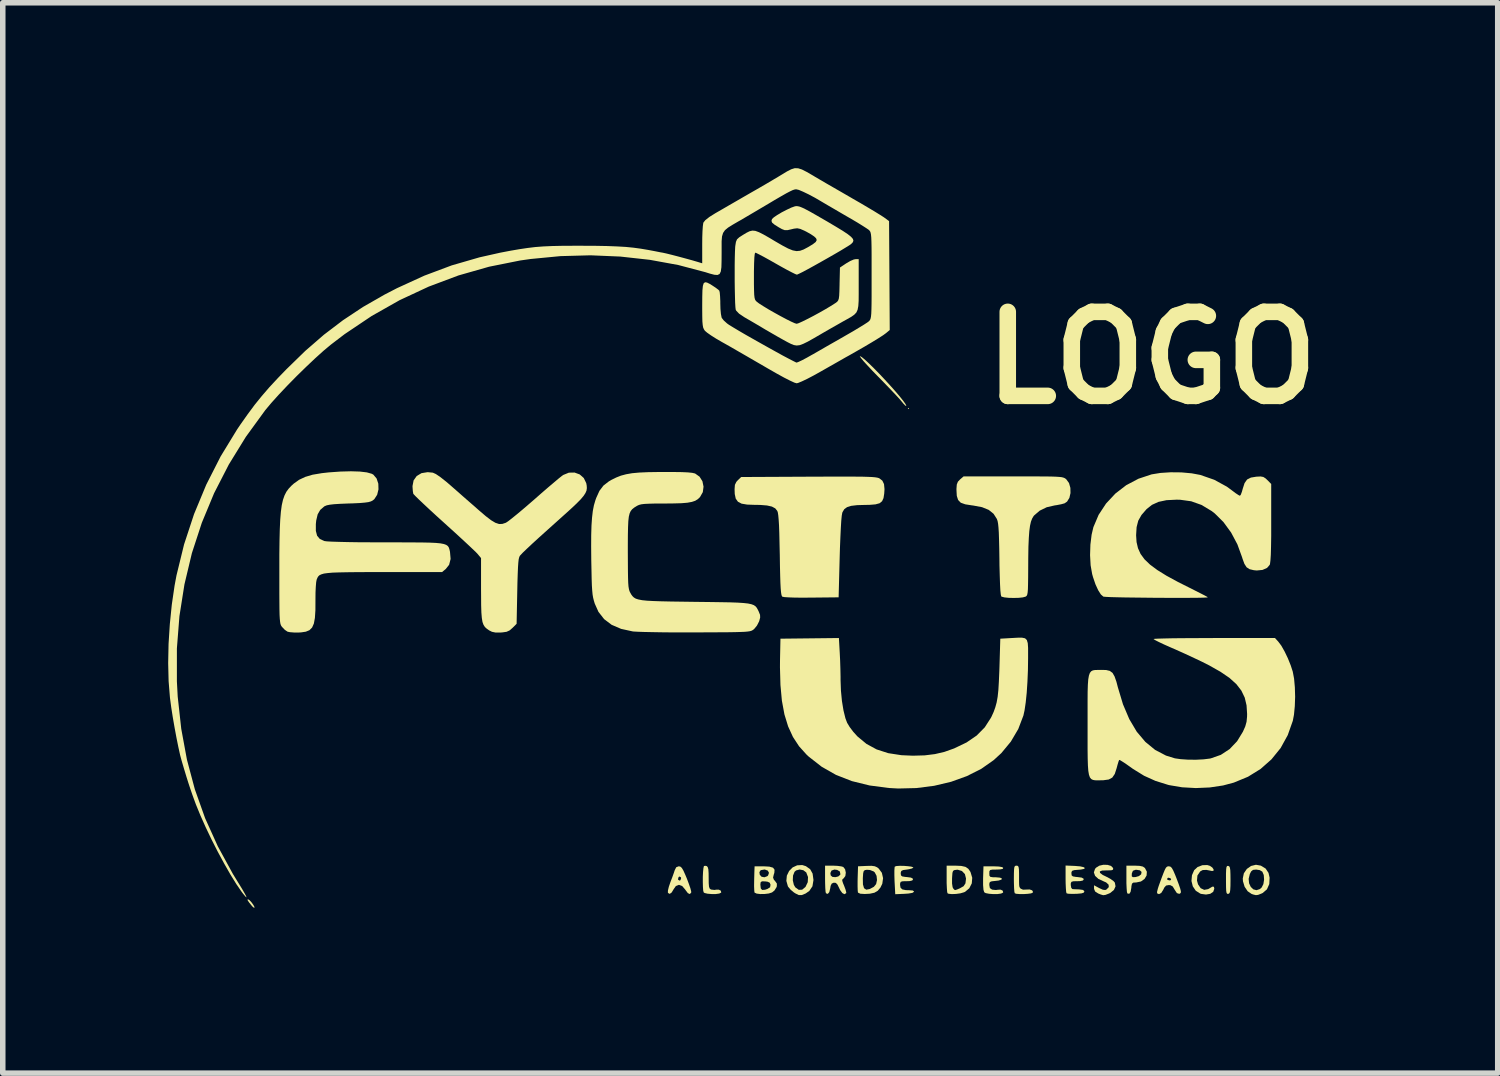
<source format=kicad_pcb>
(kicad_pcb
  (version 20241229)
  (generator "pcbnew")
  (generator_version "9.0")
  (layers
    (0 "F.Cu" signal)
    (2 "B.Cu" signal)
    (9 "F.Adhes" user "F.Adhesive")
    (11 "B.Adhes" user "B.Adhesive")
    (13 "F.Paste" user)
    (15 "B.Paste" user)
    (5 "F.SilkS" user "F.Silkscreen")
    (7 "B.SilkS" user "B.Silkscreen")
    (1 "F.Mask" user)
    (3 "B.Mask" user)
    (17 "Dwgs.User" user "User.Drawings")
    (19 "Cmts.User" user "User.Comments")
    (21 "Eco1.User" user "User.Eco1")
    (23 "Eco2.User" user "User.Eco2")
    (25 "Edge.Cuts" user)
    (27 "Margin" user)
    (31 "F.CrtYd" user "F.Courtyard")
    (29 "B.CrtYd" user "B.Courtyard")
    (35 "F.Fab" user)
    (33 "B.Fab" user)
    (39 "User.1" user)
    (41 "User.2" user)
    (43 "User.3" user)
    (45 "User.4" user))
  (footprint "LOGO"
    (layer "F.Cu")
    (at 11.397 6.692)
    (property "Reference" "LOGO" (at 6.442 -3.252 0) (layer "F.SilkS") (effects (font (size 1.524 1.524) (thickness 0.3))))
    (attr board_only exclude_from_pos_files exclude_from_bom)
    (fp_poly (pts (xy 2.04 -2.334) (xy 2.029 -2.322) (xy 2.017 -2.334) (xy 2.029 -2.345)) (stroke (width 0) (type solid)) (fill yes) (layer "F.SilkS"))
    (fp_poly (pts (xy -9.922 6.583) (xy -9.886 6.622) (xy -9.852 6.669) (xy -9.832 6.707) (xy -9.832 6.721) (xy -9.853 6.714) (xy -9.877 6.69) (xy -9.931 6.623) (xy -9.956 6.585) (xy -9.956 6.569) (xy -9.949 6.567)) (stroke (width 0) (type solid)) (fill yes) (layer "F.SilkS"))
    (fp_poly (pts (xy 7.828 5.962) (xy 7.846 5.97) (xy 7.858 5.994) (xy 7.865 6.04) (xy 7.868 6.118) (xy 7.869 6.215) (xy 7.868 6.326) (xy 7.864 6.399) (xy 7.857 6.441) (xy 7.844 6.462) (xy 7.828 6.469) (xy 7.81 6.468) (xy 7.798 6.453) (xy 7.791 6.415) (xy 7.788 6.348) (xy 7.787 6.243) (xy 7.787 6.215) (xy 7.787 6.101) (xy 7.79 6.026) (xy 7.796 5.983) (xy 7.807 5.964) (xy 7.823 5.961)) (stroke (width 0) (type solid)) (fill yes) (layer "F.SilkS"))
    (fp_poly (pts (xy 1.18 -3.267) (xy 1.236 -3.222) (xy 1.31 -3.153) (xy 1.398 -3.067) (xy 1.495 -2.968) (xy 1.596 -2.861) (xy 1.695 -2.753) (xy 1.787 -2.65) (xy 1.868 -2.555) (xy 1.932 -2.475) (xy 1.974 -2.416) (xy 1.989 -2.383) (xy 1.988 -2.378) (xy 1.968 -2.389) (xy 1.932 -2.427) (xy 1.911 -2.453) (xy 1.876 -2.495) (xy 1.813 -2.564) (xy 1.729 -2.653) (xy 1.629 -2.757) (xy 1.52 -2.87) (xy 1.479 -2.911) (xy 1.375 -3.018) (xy 1.286 -3.113) (xy 1.215 -3.191) (xy 1.168 -3.248) (xy 1.147 -3.279) (xy 1.148 -3.284)) (stroke (width 0) (type solid)) (fill yes) (layer "F.SilkS"))
    (fp_poly (pts (xy -1.631 5.965) (xy -1.613 5.982) (xy -1.601 6.022) (xy -1.596 6.092) (xy -1.595 6.178) (xy -1.594 6.275) (xy -1.589 6.336) (xy -1.578 6.37) (xy -1.56 6.386) (xy -1.548 6.391) (xy -1.489 6.398) (xy -1.46 6.393) (xy -1.412 6.392) (xy -1.376 6.41) (xy -1.367 6.44) (xy -1.37 6.447) (xy -1.403 6.463) (xy -1.466 6.472) (xy -1.542 6.472) (xy -1.615 6.466) (xy -1.669 6.453) (xy -1.685 6.442) (xy -1.694 6.409) (xy -1.699 6.342) (xy -1.701 6.254) (xy -1.701 6.16) (xy -1.697 6.072) (xy -1.69 6.003) (xy -1.681 5.965) (xy -1.679 5.963) (xy -1.65 5.96)) (stroke (width 0) (type solid)) (fill yes) (layer "F.SilkS"))
    (fp_poly (pts (xy 7.496 5.961) (xy 7.539 5.991) (xy 7.562 6.025) (xy 7.561 6.05) (xy 7.532 6.054) (xy 7.529 6.053) (xy 7.431 6.034) (xy 7.364 6.037) (xy 7.319 6.062) (xy 7.269 6.136) (xy 7.261 6.227) (xy 7.28 6.296) (xy 7.328 6.366) (xy 7.392 6.396) (xy 7.463 6.383) (xy 7.486 6.37) (xy 7.54 6.338) (xy 7.568 6.34) (xy 7.575 6.376) (xy 7.555 6.432) (xy 7.501 6.468) (xy 7.424 6.481) (xy 7.335 6.469) (xy 7.319 6.463) (xy 7.239 6.412) (xy 7.185 6.332) (xy 7.161 6.235) (xy 7.17 6.131) (xy 7.21 6.039) (xy 7.272 5.982) (xy 7.358 5.949) (xy 7.448 5.946)) (stroke (width 0) (type solid)) (fill yes) (layer "F.SilkS"))
    (fp_poly (pts (xy 4.011 5.961) (xy 4.025 5.98) (xy 4.032 6.024) (xy 4.034 6.101) (xy 4.034 6.133) (xy 4.034 6.232) (xy 4.035 6.294) (xy 4.038 6.33) (xy 4.045 6.351) (xy 4.057 6.367) (xy 4.063 6.374) (xy 4.106 6.393) (xy 4.16 6.391) (xy 4.226 6.389) (xy 4.272 6.405) (xy 4.287 6.433) (xy 4.282 6.447) (xy 4.252 6.46) (xy 4.192 6.468) (xy 4.116 6.473) (xy 4.04 6.472) (xy 3.981 6.467) (xy 3.956 6.457) (xy 3.949 6.429) (xy 3.944 6.364) (xy 3.941 6.273) (xy 3.94 6.2) (xy 3.941 6.091) (xy 3.944 6.02) (xy 3.95 5.98) (xy 3.963 5.962) (xy 3.982 5.957) (xy 3.987 5.957)) (stroke (width 0) (type solid)) (fill yes) (layer "F.SilkS"))
    (fp_poly (pts (xy 8.419 5.957) (xy 8.506 6.01) (xy 8.558 6.088) (xy 8.578 6.175) (xy 8.572 6.291) (xy 8.53 6.386) (xy 8.454 6.452) (xy 8.431 6.463) (xy 8.37 6.487) (xy 8.329 6.492) (xy 8.283 6.481) (xy 8.251 6.47) (xy 8.18 6.421) (xy 8.125 6.34) (xy 8.095 6.241) (xy 8.092 6.197) (xy 8.198 6.197) (xy 8.206 6.278) (xy 8.237 6.343) (xy 8.283 6.387) (xy 8.34 6.402) (xy 8.401 6.382) (xy 8.434 6.353) (xy 8.465 6.292) (xy 8.478 6.21) (xy 8.472 6.127) (xy 8.446 6.066) (xy 8.399 6.038) (xy 8.334 6.028) (xy 8.277 6.034) (xy 8.243 6.062) (xy 8.219 6.11) (xy 8.198 6.197) (xy 8.092 6.197) (xy 8.091 6.193) (xy 8.111 6.096) (xy 8.165 6.017) (xy 8.241 5.963) (xy 8.33 5.941)) (stroke (width 0) (type solid)) (fill yes) (layer "F.SilkS"))
    (fp_poly (pts (xy 0.169 5.967) (xy 0.246 6.022) (xy 0.29 6.101) (xy 0.305 6.212) (xy 0.305 6.223) (xy 0.287 6.332) (xy 0.231 6.415) (xy 0.164 6.462) (xy 0.096 6.49) (xy 0.041 6.491) (xy -0.021 6.461) (xy -0.049 6.443) (xy -0.108 6.394) (xy -0.153 6.34) (xy -0.158 6.332) (xy -0.186 6.233) (xy -0.185 6.223) (xy -0.069 6.223) (xy -0.05 6.305) (xy -0.023 6.351) (xy 0.04 6.396) (xy 0.101 6.393) (xy 0.161 6.343) (xy 0.162 6.341) (xy 0.202 6.257) (xy 0.207 6.164) (xy 0.175 6.08) (xy 0.175 6.08) (xy 0.122 6.04) (xy 0.054 6.027) (xy -0.01 6.044) (xy -0.038 6.069) (xy -0.065 6.137) (xy -0.069 6.223) (xy -0.185 6.223) (xy -0.177 6.138) (xy -0.136 6.054) (xy -0.072 5.989) (xy 0.01 5.951) (xy 0.103 5.946)) (stroke (width 0) (type solid)) (fill yes) (layer "F.SilkS"))
    (fp_poly (pts (xy 6.222 5.961) (xy 6.28 5.974) (xy 6.316 5.999) (xy 6.317 6) (xy 6.352 6.067) (xy 6.347 6.136) (xy 6.31 6.198) (xy 6.245 6.244) (xy 6.159 6.262) (xy 6.155 6.262) (xy 6.105 6.265) (xy 6.082 6.284) (xy 6.072 6.331) (xy 6.07 6.36) (xy 6.057 6.432) (xy 6.033 6.468) (xy 6.001 6.462) (xy 5.997 6.458) (xy 5.99 6.429) (xy 5.985 6.364) (xy 5.981 6.273) (xy 5.981 6.2) (xy 5.981 6.15) (xy 6.078 6.15) (xy 6.098 6.166) (xy 6.147 6.164) (xy 6.207 6.147) (xy 6.248 6.115) (xy 6.248 6.115) (xy 6.256 6.071) (xy 6.225 6.042) (xy 6.163 6.032) (xy 6.145 6.033) (xy 6.099 6.05) (xy 6.08 6.097) (xy 6.079 6.105) (xy 6.078 6.15) (xy 5.981 6.15) (xy 5.981 5.957) (xy 6.129 5.957)) (stroke (width 0) (type solid)) (fill yes) (layer "F.SilkS"))
    (fp_poly (pts (xy -2.108 5.975) (xy -2.083 5.997) (xy -2.055 6.043) (xy -2.02 6.12) (xy -1.99 6.192) (xy -1.954 6.288) (xy -1.926 6.369) (xy -1.912 6.425) (xy -1.911 6.444) (xy -1.936 6.472) (xy -1.972 6.456) (xy -2.016 6.398) (xy -2.02 6.391) (xy -2.075 6.327) (xy -2.134 6.305) (xy -2.189 6.326) (xy -2.23 6.384) (xy -2.266 6.444) (xy -2.301 6.469) (xy -2.329 6.454) (xy -2.335 6.443) (xy -2.333 6.405) (xy -2.317 6.339) (xy -2.29 6.26) (xy -2.268 6.202) (xy -2.151 6.202) (xy -2.146 6.215) (xy -2.12 6.229) (xy -2.106 6.219) (xy -2.094 6.182) (xy -2.099 6.168) (xy -2.125 6.154) (xy -2.14 6.164) (xy -2.151 6.202) (xy -2.268 6.202) (xy -2.256 6.171) (xy -2.227 6.09) (xy -2.21 6.039) (xy -2.183 5.986) (xy -2.138 5.969) (xy -2.135 5.969)) (stroke (width 0) (type solid)) (fill yes) (layer "F.SilkS"))
    (fp_poly (pts (xy 1.417 5.968) (xy 1.46 5.987) (xy 1.489 6.01) (xy 1.546 6.087) (xy 1.568 6.184) (xy 1.554 6.285) (xy 1.52 6.355) (xy 1.471 6.413) (xy 1.411 6.448) (xy 1.328 6.466) (xy 1.236 6.471) (xy 1.155 6.466) (xy 1.115 6.447) (xy 1.112 6.442) (xy 1.108 6.406) (xy 1.106 6.335) (xy 1.106 6.242) (xy 1.107 6.19) (xy 1.107 6.188) (xy 1.201 6.188) (xy 1.203 6.298) (xy 1.223 6.366) (xy 1.263 6.393) (xy 1.326 6.381) (xy 1.401 6.341) (xy 1.442 6.291) (xy 1.458 6.218) (xy 1.45 6.142) (xy 1.417 6.079) (xy 1.397 6.062) (xy 1.331 6.036) (xy 1.274 6.032) (xy 1.238 6.038) (xy 1.217 6.056) (xy 1.207 6.095) (xy 1.202 6.168) (xy 1.201 6.188) (xy 1.107 6.188) (xy 1.114 5.969) (xy 1.27 5.962) (xy 1.359 5.96)) (stroke (width 0) (type solid)) (fill yes) (layer "F.SilkS"))
    (fp_poly (pts (xy 5.639 5.943) (xy 5.702 5.962) (xy 5.738 5.998) (xy 5.741 6.008) (xy 5.738 6.03) (xy 5.709 6.041) (xy 5.645 6.043) (xy 5.627 6.043) (xy 5.54 6.046) (xy 5.499 6.062) (xy 5.503 6.089) (xy 5.552 6.126) (xy 5.614 6.156) (xy 5.688 6.195) (xy 5.747 6.237) (xy 5.771 6.264) (xy 5.784 6.332) (xy 5.755 6.397) (xy 5.69 6.451) (xy 5.665 6.463) (xy 5.603 6.487) (xy 5.56 6.493) (xy 5.515 6.48) (xy 5.47 6.462) (xy 5.414 6.426) (xy 5.395 6.38) (xy 5.394 6.371) (xy 5.394 6.313) (xy 5.488 6.364) (xy 5.554 6.394) (xy 5.598 6.399) (xy 5.622 6.388) (xy 5.662 6.346) (xy 5.658 6.302) (xy 5.613 6.261) (xy 5.571 6.243) (xy 5.474 6.198) (xy 5.413 6.142) (xy 5.391 6.08) (xy 5.412 6.016) (xy 5.431 5.994) (xy 5.489 5.958) (xy 5.563 5.941)) (stroke (width 0) (type solid)) (fill yes) (layer "F.SilkS"))
    (fp_poly (pts (xy 6.779 5.975) (xy 6.804 5.998) (xy 6.831 6.046) (xy 6.866 6.127) (xy 6.887 6.18) (xy 6.93 6.294) (xy 6.957 6.373) (xy 6.969 6.422) (xy 6.967 6.45) (xy 6.952 6.464) (xy 6.937 6.468) (xy 6.897 6.455) (xy 6.858 6.397) (xy 6.856 6.393) (xy 6.821 6.335) (xy 6.78 6.312) (xy 6.751 6.309) (xy 6.701 6.318) (xy 6.668 6.355) (xy 6.651 6.391) (xy 6.613 6.452) (xy 6.572 6.474) (xy 6.538 6.459) (xy 6.537 6.432) (xy 6.551 6.375) (xy 6.567 6.325) (xy 6.612 6.201) (xy 6.716 6.201) (xy 6.733 6.217) (xy 6.771 6.226) (xy 6.792 6.213) (xy 6.782 6.186) (xy 6.744 6.175) (xy 6.731 6.18) (xy 6.716 6.201) (xy 6.612 6.201) (xy 6.615 6.192) (xy 6.651 6.097) (xy 6.677 6.034) (xy 6.697 5.996) (xy 6.716 5.977) (xy 6.734 5.97) (xy 6.751 5.969)) (stroke (width 0) (type solid)) (fill yes) (layer "F.SilkS"))
    (fp_poly (pts (xy 1.945 5.961) (xy 2.019 5.967) (xy 2.08 5.975) (xy 2.114 5.987) (xy 2.117 5.992) (xy 2.093 6.008) (xy 2.037 6.022) (xy 2 6.028) (xy 1.932 6.037) (xy 1.899 6.053) (xy 1.889 6.082) (xy 1.888 6.098) (xy 1.893 6.134) (xy 1.915 6.152) (xy 1.966 6.161) (xy 1.999 6.164) (xy 2.074 6.174) (xy 2.108 6.193) (xy 2.111 6.205) (xy 2.097 6.226) (xy 2.05 6.237) (xy 1.994 6.239) (xy 1.924 6.24) (xy 1.889 6.25) (xy 1.878 6.274) (xy 1.876 6.306) (xy 1.885 6.358) (xy 1.917 6.388) (xy 1.981 6.401) (xy 2.044 6.403) (xy 2.108 6.408) (xy 2.129 6.426) (xy 2.128 6.432) (xy 2.099 6.451) (xy 2.027 6.463) (xy 1.954 6.468) (xy 1.789 6.475) (xy 1.776 6.234) (xy 1.773 6.131) (xy 1.773 6.047) (xy 1.777 5.99) (xy 1.781 5.974) (xy 1.812 5.964) (xy 1.871 5.96)) (stroke (width 0) (type solid)) (fill yes) (layer "F.SilkS"))
    (fp_poly (pts (xy 2.986 5.962) (xy 3.062 5.979) (xy 3.114 6.014) (xy 3.153 6.071) (xy 3.154 6.074) (xy 3.185 6.177) (xy 3.177 6.278) (xy 3.132 6.367) (xy 3.056 6.431) (xy 3.036 6.44) (xy 2.971 6.459) (xy 2.891 6.47) (xy 2.814 6.473) (xy 2.756 6.467) (xy 2.736 6.457) (xy 2.73 6.429) (xy 2.725 6.364) (xy 2.721 6.273) (xy 2.721 6.2) (xy 2.721 6.188) (xy 2.819 6.188) (xy 2.819 6.281) (xy 2.829 6.348) (xy 2.84 6.37) (xy 2.859 6.393) (xy 2.877 6.4) (xy 2.909 6.39) (xy 2.961 6.368) (xy 3.028 6.33) (xy 3.062 6.278) (xy 3.072 6.196) (xy 3.072 6.19) (xy 3.052 6.11) (xy 2.998 6.054) (xy 2.922 6.031) (xy 2.901 6.032) (xy 2.86 6.038) (xy 2.837 6.053) (xy 2.826 6.088) (xy 2.821 6.155) (xy 2.819 6.188) (xy 2.721 6.188) (xy 2.721 5.957) (xy 2.875 5.957)) (stroke (width 0) (type solid)) (fill yes) (layer "F.SilkS"))
    (fp_poly (pts (xy 3.668 5.973) (xy 3.729 5.984) (xy 3.747 5.998) (xy 3.738 6.016) (xy 3.692 6.025) (xy 3.626 6.028) (xy 3.551 6.029) (xy 3.512 6.036) (xy 3.497 6.056) (xy 3.495 6.095) (xy 3.495 6.098) (xy 3.497 6.139) (xy 3.513 6.16) (xy 3.553 6.167) (xy 3.614 6.168) (xy 3.691 6.175) (xy 3.724 6.191) (xy 3.715 6.21) (xy 3.664 6.227) (xy 3.604 6.234) (xy 3.538 6.241) (xy 3.505 6.254) (xy 3.495 6.284) (xy 3.495 6.31) (xy 3.505 6.364) (xy 3.542 6.39) (xy 3.551 6.393) (xy 3.614 6.399) (xy 3.651 6.394) (xy 3.7 6.392) (xy 3.737 6.41) (xy 3.746 6.44) (xy 3.742 6.447) (xy 3.709 6.463) (xy 3.646 6.472) (xy 3.567 6.473) (xy 3.49 6.467) (xy 3.429 6.455) (xy 3.403 6.44) (xy 3.389 6.396) (xy 3.382 6.31) (xy 3.382 6.188) (xy 3.389 5.969) (xy 3.563 5.969)) (stroke (width 0) (type solid)) (fill yes) (layer "F.SilkS"))
    (fp_poly (pts (xy 5.046 5.962) (xy 5.142 5.97) (xy 5.204 5.984) (xy 5.228 6) (xy 5.213 6.016) (xy 5.155 6.028) (xy 5.109 6.032) (xy 5.036 6.038) (xy 4.999 6.05) (xy 4.985 6.072) (xy 4.984 6.098) (xy 4.988 6.134) (xy 5.011 6.152) (xy 5.062 6.161) (xy 5.095 6.164) (xy 5.17 6.174) (xy 5.204 6.193) (xy 5.207 6.205) (xy 5.193 6.226) (xy 5.146 6.237) (xy 5.089 6.239) (xy 5.02 6.24) (xy 4.985 6.25) (xy 4.973 6.274) (xy 4.972 6.309) (xy 4.981 6.36) (xy 5.001 6.382) (xy 5.043 6.385) (xy 5.108 6.387) (xy 5.125 6.388) (xy 5.191 6.397) (xy 5.217 6.418) (xy 5.218 6.426) (xy 5.207 6.447) (xy 5.167 6.46) (xy 5.09 6.467) (xy 5.065 6.468) (xy 4.984 6.469) (xy 4.922 6.466) (xy 4.895 6.458) (xy 4.888 6.429) (xy 4.883 6.364) (xy 4.879 6.273) (xy 4.878 6.198) (xy 4.878 5.955)) (stroke (width 0) (type solid)) (fill yes) (layer "F.SilkS"))
    (fp_poly (pts (xy 0.743 5.961) (xy 0.813 5.971) (xy 0.846 5.981) (xy 0.879 6.022) (xy 0.892 6.084) (xy 0.884 6.145) (xy 0.853 6.187) (xy 0.852 6.188) (xy 0.831 6.204) (xy 0.827 6.229) (xy 0.842 6.276) (xy 0.862 6.323) (xy 0.887 6.39) (xy 0.9 6.44) (xy 0.9 6.455) (xy 0.868 6.475) (xy 0.829 6.454) (xy 0.788 6.398) (xy 0.773 6.366) (xy 0.741 6.3) (xy 0.712 6.27) (xy 0.676 6.266) (xy 0.674 6.266) (xy 0.637 6.282) (xy 0.617 6.323) (xy 0.61 6.366) (xy 0.593 6.436) (xy 0.566 6.469) (xy 0.534 6.459) (xy 0.532 6.458) (xy 0.525 6.429) (xy 0.52 6.364) (xy 0.517 6.273) (xy 0.516 6.2) (xy 0.516 6.092) (xy 0.612 6.092) (xy 0.619 6.135) (xy 0.65 6.161) (xy 0.703 6.166) (xy 0.756 6.153) (xy 0.79 6.123) (xy 0.794 6.112) (xy 0.784 6.063) (xy 0.735 6.034) (xy 0.685 6.028) (xy 0.633 6.046) (xy 0.612 6.092) (xy 0.516 6.092) (xy 0.516 5.957) (xy 0.658 5.957)) (stroke (width 0) (type solid)) (fill yes) (layer "F.SilkS"))
    (fp_poly (pts (xy -0.494 5.975) (xy -0.428 5.994) (xy -0.4 6.031) (xy -0.404 6.088) (xy -0.414 6.118) (xy -0.427 6.173) (xy -0.412 6.213) (xy -0.391 6.236) (xy -0.358 6.282) (xy -0.359 6.331) (xy -0.365 6.349) (xy -0.402 6.408) (xy -0.446 6.443) (xy -0.505 6.462) (xy -0.581 6.471) (xy -0.659 6.472) (xy -0.724 6.464) (xy -0.761 6.447) (xy -0.764 6.442) (xy -0.768 6.406) (xy -0.771 6.335) (xy -0.771 6.304) (xy -0.657 6.304) (xy -0.65 6.37) (xy -0.625 6.398) (xy -0.572 6.394) (xy -0.528 6.379) (xy -0.481 6.349) (xy -0.473 6.304) (xy -0.473 6.303) (xy -0.488 6.266) (xy -0.528 6.248) (xy -0.569 6.243) (xy -0.626 6.241) (xy -0.651 6.255) (xy -0.657 6.294) (xy -0.657 6.304) (xy -0.771 6.304) (xy -0.77 6.242) (xy -0.769 6.19) (xy -0.766 6.075) (xy -0.675 6.075) (xy -0.668 6.122) (xy -0.636 6.158) (xy -0.584 6.168) (xy -0.533 6.149) (xy -0.518 6.136) (xy -0.501 6.088) (xy -0.522 6.048) (xy -0.575 6.028) (xy -0.587 6.028) (xy -0.651 6.039) (xy -0.675 6.075) (xy -0.766 6.075) (xy -0.762 5.969) (xy -0.601 5.969)) (stroke (width 0) (type solid)) (fill yes) (layer "F.SilkS"))
    (fp_poly (pts (xy 1.069 -1.098) (xy 1.195 -1.097) (xy 1.293 -1.094) (xy 1.367 -1.091) (xy 1.422 -1.086) (xy 1.461 -1.08) (xy 1.487 -1.073) (xy 1.501 -1.067) (xy 1.555 -1.025) (xy 1.585 -0.963) (xy 1.594 -0.871) (xy 1.589 -0.792) (xy 1.576 -0.709) (xy 1.55 -0.652) (xy 1.504 -0.615) (xy 1.43 -0.595) (xy 1.32 -0.586) (xy 1.246 -0.585) (xy 1.098 -0.581) (xy 0.989 -0.568) (xy 0.914 -0.544) (xy 0.864 -0.507) (xy 0.833 -0.455) (xy 0.828 -0.442) (xy 0.819 -0.392) (xy 0.81 -0.3) (xy 0.802 -0.168) (xy 0.794 -0.001) (xy 0.786 0.196) (xy 0.781 0.367) (xy 0.762 1.091) (xy 0.27 1.096) (xy 0.11 1.097) (xy -0.029 1.096) (xy -0.14 1.092) (xy -0.218 1.087) (xy -0.257 1.08) (xy -0.258 1.08) (xy -0.268 1.067) (xy -0.276 1.04) (xy -0.283 0.994) (xy -0.289 0.925) (xy -0.294 0.827) (xy -0.298 0.697) (xy -0.302 0.528) (xy -0.305 0.323) (xy -0.31 0.102) (xy -0.314 -0.077) (xy -0.319 -0.217) (xy -0.326 -0.323) (xy -0.333 -0.399) (xy -0.341 -0.449) (xy -0.35 -0.475) (xy -0.387 -0.522) (xy -0.448 -0.555) (xy -0.538 -0.575) (xy -0.664 -0.585) (xy -0.758 -0.586) (xy -0.898 -0.591) (xy -0.998 -0.608) (xy -1.064 -0.643) (xy -1.104 -0.699) (xy -1.122 -0.783) (xy -1.125 -0.87) (xy -1.119 -0.949) (xy -1.093 -1.003) (xy -1.065 -1.034) (xy -1.005 -1.091) (xy 0.213 -1.097) (xy 0.488 -1.098) (xy 0.719 -1.099) (xy 0.912 -1.099)) (stroke (width 0) (type solid)) (fill yes) (layer "F.SilkS"))
    (fp_poly (pts (xy 4.157 -1.102) (xy 4.344 -1.102) (xy 4.493 -1.101) (xy 4.61 -1.1) (xy 4.698 -1.097) (xy 4.762 -1.093) (xy 4.808 -1.088) (xy 4.839 -1.08) (xy 4.861 -1.071) (xy 4.878 -1.06) (xy 4.89 -1.05) (xy 4.94 -0.982) (xy 4.965 -0.894) (xy 4.967 -0.8) (xy 4.947 -0.713) (xy 4.905 -0.645) (xy 4.86 -0.614) (xy 4.798 -0.597) (xy 4.715 -0.581) (xy 4.68 -0.576) (xy 4.536 -0.543) (xy 4.409 -0.481) (xy 4.312 -0.398) (xy 4.299 -0.384) (xy 4.272 -0.339) (xy 4.25 -0.282) (xy 4.233 -0.207) (xy 4.22 -0.109) (xy 4.211 0.016) (xy 4.204 0.175) (xy 4.201 0.371) (xy 4.2 0.568) (xy 4.199 0.731) (xy 4.197 0.854) (xy 4.195 0.942) (xy 4.19 1.002) (xy 4.183 1.04) (xy 4.173 1.062) (xy 4.159 1.075) (xy 4.153 1.078) (xy 4.103 1.092) (xy 4.027 1.1) (xy 3.936 1.102) (xy 3.845 1.1) (xy 3.768 1.092) (xy 3.719 1.079) (xy 3.711 1.073) (xy 3.703 1.04) (xy 3.695 0.964) (xy 3.689 0.848) (xy 3.684 0.696) (xy 3.679 0.511) (xy 3.678 0.399) (xy 3.675 0.199) (xy 3.671 0.04) (xy 3.667 -0.083) (xy 3.661 -0.175) (xy 3.654 -0.243) (xy 3.645 -0.292) (xy 3.633 -0.327) (xy 3.632 -0.33) (xy 3.572 -0.424) (xy 3.484 -0.495) (xy 3.363 -0.544) (xy 3.203 -0.574) (xy 3.178 -0.577) (xy 3.058 -0.596) (xy 2.977 -0.625) (xy 2.929 -0.674) (xy 2.905 -0.749) (xy 2.899 -0.859) (xy 2.899 -0.877) (xy 2.905 -0.955) (xy 2.925 -1.006) (xy 2.964 -1.047) (xy 3.028 -1.102) (xy 3.928 -1.102)) (stroke (width 0) (type solid)) (fill yes) (layer "F.SilkS"))
    (fp_poly (pts (xy 4.143 1.834) (xy 4.175 1.865) (xy 4.192 1.921) (xy 4.198 2.008) (xy 4.198 2.133) (xy 4.198 2.198) (xy 4.195 2.415) (xy 4.186 2.626) (xy 4.173 2.823) (xy 4.155 2.997) (xy 4.134 3.14) (xy 4.113 3.235) (xy 4.02 3.479) (xy 3.885 3.708) (xy 3.713 3.916) (xy 3.573 4.044) (xy 3.348 4.202) (xy 3.088 4.333) (xy 2.802 4.436) (xy 2.494 4.509) (xy 2.172 4.55) (xy 1.841 4.558) (xy 1.677 4.549) (xy 1.324 4.503) (xy 1.003 4.424) (xy 0.714 4.311) (xy 0.454 4.163) (xy 0.221 3.981) (xy 0.18 3.943) (xy 0.045 3.793) (xy -0.066 3.624) (xy -0.154 3.432) (xy -0.221 3.214) (xy -0.267 2.965) (xy -0.293 2.682) (xy -0.302 2.36) (xy -0.301 2.228) (xy -0.293 1.841) (xy 0.237 1.835) (xy 0.767 1.829) (xy 0.782 2.093) (xy 0.789 2.233) (xy 0.794 2.387) (xy 0.797 2.531) (xy 0.797 2.592) (xy 0.804 2.784) (xy 0.822 2.971) (xy 0.85 3.142) (xy 0.885 3.284) (xy 0.916 3.366) (xy 0.961 3.441) (xy 1.027 3.529) (xy 1.101 3.611) (xy 1.105 3.615) (xy 1.267 3.749) (xy 1.451 3.849) (xy 1.661 3.917) (xy 1.901 3.954) (xy 2.109 3.963) (xy 2.323 3.957) (xy 2.508 3.934) (xy 2.68 3.894) (xy 2.857 3.831) (xy 2.857 3.831) (xy 3.082 3.723) (xy 3.266 3.597) (xy 3.412 3.449) (xy 3.523 3.277) (xy 3.535 3.254) (xy 3.574 3.168) (xy 3.604 3.084) (xy 3.628 2.996) (xy 3.646 2.895) (xy 3.659 2.773) (xy 3.668 2.623) (xy 3.676 2.436) (xy 3.679 2.351) (xy 3.694 1.841) (xy 3.901 1.829) (xy 4.011 1.823) (xy 4.09 1.823)) (stroke (width 0) (type solid)) (fill yes) (layer "F.SilkS"))
    (fp_poly (pts (xy -6.598 -1.17) (xy -6.542 -1.145) (xy -6.457 -1.087) (xy -6.346 -0.999) (xy -6.272 -0.935) (xy -6.153 -0.831) (xy -6.016 -0.71) (xy -5.878 -0.59) (xy -5.761 -0.487) (xy -5.638 -0.382) (xy -5.54 -0.307) (xy -5.463 -0.261) (xy -5.397 -0.239) (xy -5.339 -0.24) (xy -5.28 -0.259) (xy -5.269 -0.264) (xy -5.231 -0.289) (xy -5.164 -0.341) (xy -5.074 -0.414) (xy -4.965 -0.505) (xy -4.845 -0.608) (xy -4.749 -0.691) (xy -4.624 -0.801) (xy -4.506 -0.903) (xy -4.402 -0.991) (xy -4.318 -1.062) (xy -4.258 -1.11) (xy -4.233 -1.128) (xy -4.13 -1.17) (xy -4.027 -1.172) (xy -3.934 -1.138) (xy -3.86 -1.073) (xy -3.815 -0.98) (xy -3.807 -0.937) (xy -3.804 -0.891) (xy -3.81 -0.846) (xy -3.829 -0.801) (xy -3.863 -0.749) (xy -3.916 -0.686) (xy -3.992 -0.609) (xy -4.094 -0.513) (xy -4.227 -0.393) (xy -4.315 -0.314) (xy -4.509 -0.14) (xy -4.669 0.004) (xy -4.797 0.121) (xy -4.895 0.213) (xy -4.966 0.281) (xy -5.01 0.328) (xy -5.019 0.338) (xy -5.03 0.361) (xy -5.04 0.4) (xy -5.047 0.461) (xy -5.053 0.549) (xy -5.058 0.669) (xy -5.063 0.827) (xy -5.066 0.976) (xy -5.078 1.571) (xy -5.153 1.646) (xy -5.205 1.691) (xy -5.26 1.716) (xy -5.336 1.727) (xy -5.364 1.729) (xy -5.458 1.73) (xy -5.525 1.716) (xy -5.575 1.691) (xy -5.618 1.661) (xy -5.652 1.63) (xy -5.678 1.59) (xy -5.697 1.537) (xy -5.709 1.464) (xy -5.717 1.366) (xy -5.721 1.236) (xy -5.722 1.07) (xy -5.723 0.941) (xy -5.723 0.379) (xy -5.785 0.305) (xy -5.817 0.271) (xy -5.88 0.211) (xy -5.968 0.128) (xy -6.077 0.027) (xy -6.201 -0.087) (xy -6.336 -0.209) (xy -6.392 -0.26) (xy -6.527 -0.382) (xy -6.651 -0.496) (xy -6.759 -0.597) (xy -6.847 -0.68) (xy -6.911 -0.743) (xy -6.946 -0.78) (xy -6.952 -0.788) (xy -6.96 -0.834) (xy -6.965 -0.903) (xy -6.966 -0.927) (xy -6.946 -1.03) (xy -6.889 -1.11) (xy -6.803 -1.161) (xy -6.692 -1.179)) (stroke (width 0) (type solid)) (fill yes) (layer "F.SilkS"))
    (fp_poly (pts (xy 6.979 -1.175) (xy 7.165 -1.158) (xy 7.321 -1.129) (xy 7.574 -1.041) (xy 7.803 -0.916) (xy 7.898 -0.846) (xy 7.963 -0.797) (xy 8.015 -0.763) (xy 8.04 -0.751) (xy 8.056 -0.771) (xy 8.076 -0.825) (xy 8.091 -0.879) (xy 8.124 -0.981) (xy 8.17 -1.046) (xy 8.239 -1.081) (xy 8.337 -1.097) (xy 8.414 -1.101) (xy 8.464 -1.092) (xy 8.505 -1.066) (xy 8.536 -1.037) (xy 8.607 -0.965) (xy 8.607 -0.261) (xy 8.607 -0.023) (xy 8.604 0.17) (xy 8.6 0.318) (xy 8.593 0.423) (xy 8.585 0.486) (xy 8.58 0.502) (xy 8.531 0.558) (xy 8.449 0.594) (xy 8.345 0.604) (xy 8.292 0.599) (xy 8.215 0.581) (xy 8.161 0.546) (xy 8.121 0.484) (xy 8.086 0.388) (xy 8.079 0.364) (xy 7.994 0.131) (xy 7.88 -0.084) (xy 7.741 -0.274) (xy 7.584 -0.43) (xy 7.524 -0.476) (xy 7.342 -0.585) (xy 7.156 -0.651) (xy 6.953 -0.679) (xy 6.889 -0.68) (xy 6.708 -0.671) (xy 6.562 -0.64) (xy 6.444 -0.586) (xy 6.347 -0.509) (xy 6.255 -0.403) (xy 6.196 -0.299) (xy 6.166 -0.182) (xy 6.157 -0.036) (xy 6.157 -0.035) (xy 6.165 0.089) (xy 6.191 0.2) (xy 6.238 0.304) (xy 6.31 0.402) (xy 6.41 0.498) (xy 6.542 0.596) (xy 6.708 0.699) (xy 6.914 0.811) (xy 7.101 0.905) (xy 7.218 0.964) (xy 7.319 1.015) (xy 7.397 1.055) (xy 7.446 1.082) (xy 7.458 1.09) (xy 7.436 1.094) (xy 7.372 1.097) (xy 7.274 1.099) (xy 7.147 1.1) (xy 6.997 1.101) (xy 6.831 1.101) (xy 6.653 1.1) (xy 6.471 1.099) (xy 6.29 1.097) (xy 6.117 1.095) (xy 5.957 1.093) (xy 5.816 1.09) (xy 5.7 1.087) (xy 5.616 1.083) (xy 5.57 1.079) (xy 5.563 1.078) (xy 5.518 1.039) (xy 5.469 0.962) (xy 5.42 0.855) (xy 5.376 0.726) (xy 5.36 0.669) (xy 5.332 0.51) (xy 5.322 0.326) (xy 5.328 0.135) (xy 5.35 -0.045) (xy 5.382 -0.181) (xy 5.477 -0.405) (xy 5.612 -0.61) (xy 5.781 -0.791) (xy 5.978 -0.943) (xy 6.2 -1.06) (xy 6.438 -1.139) (xy 6.598 -1.165) (xy 6.784 -1.177)) (stroke (width 0) (type solid)) (fill yes) (layer "F.SilkS"))
    (fp_poly (pts (xy -7.921 -1.19) (xy -7.794 -1.175) (xy -7.705 -1.15) (xy -7.676 -1.134) (xy -7.617 -1.064) (xy -7.586 -0.97) (xy -7.583 -0.867) (xy -7.607 -0.769) (xy -7.658 -0.69) (xy -7.687 -0.666) (xy -7.72 -0.649) (xy -7.765 -0.636) (xy -7.831 -0.627) (xy -7.924 -0.619) (xy -8.053 -0.613) (xy -8.128 -0.611) (xy -8.277 -0.605) (xy -8.388 -0.598) (xy -8.466 -0.589) (xy -8.52 -0.578) (xy -8.557 -0.563) (xy -8.567 -0.557) (xy -8.64 -0.494) (xy -8.686 -0.414) (xy -8.712 -0.304) (xy -8.719 -0.237) (xy -8.719 -0.114) (xy -8.696 -0.026) (xy -8.646 0.033) (xy -8.567 0.069) (xy -8.564 0.07) (xy -8.519 0.076) (xy -8.431 0.081) (xy -8.303 0.085) (xy -8.139 0.089) (xy -7.943 0.092) (xy -7.717 0.093) (xy -7.467 0.094) (xy -7.446 0.094) (xy -7.188 0.094) (xy -6.973 0.095) (xy -6.797 0.096) (xy -6.655 0.099) (xy -6.544 0.104) (xy -6.46 0.112) (xy -6.398 0.124) (xy -6.356 0.139) (xy -6.327 0.159) (xy -6.309 0.184) (xy -6.298 0.215) (xy -6.289 0.252) (xy -6.286 0.268) (xy -6.275 0.395) (xy -6.302 0.501) (xy -6.361 0.575) (xy -6.43 0.633) (xy -7.485 0.633) (xy -7.748 0.633) (xy -7.97 0.634) (xy -8.152 0.636) (xy -8.299 0.639) (xy -8.415 0.643) (xy -8.505 0.651) (xy -8.572 0.66) (xy -8.619 0.674) (xy -8.653 0.69) (xy -8.675 0.711) (xy -8.69 0.736) (xy -8.703 0.767) (xy -8.704 0.769) (xy -8.713 0.816) (xy -8.72 0.899) (xy -8.725 1.006) (xy -8.726 1.127) (xy -8.726 1.144) (xy -8.727 1.325) (xy -8.736 1.464) (xy -8.755 1.567) (xy -8.787 1.639) (xy -8.835 1.687) (xy -8.901 1.714) (xy -8.988 1.727) (xy -9.025 1.729) (xy -9.114 1.729) (xy -9.189 1.723) (xy -9.232 1.714) (xy -9.281 1.681) (xy -9.33 1.63) (xy -9.331 1.629) (xy -9.344 1.612) (xy -9.354 1.593) (xy -9.362 1.567) (xy -9.368 1.53) (xy -9.373 1.478) (xy -9.377 1.405) (xy -9.379 1.307) (xy -9.38 1.18) (xy -9.381 1.019) (xy -9.381 0.82) (xy -9.381 0.609) (xy -9.381 0.318) (xy -9.378 0.07) (xy -9.373 -0.14) (xy -9.365 -0.315) (xy -9.353 -0.461) (xy -9.337 -0.58) (xy -9.315 -0.677) (xy -9.287 -0.757) (xy -9.253 -0.824) (xy -9.211 -0.881) (xy -9.162 -0.933) (xy -9.12 -0.971) (xy -9.024 -1.04) (xy -8.912 -1.093) (xy -8.777 -1.133) (xy -8.61 -1.161) (xy -8.484 -1.175) (xy -8.272 -1.19) (xy -8.082 -1.195)) (stroke (width 0) (type solid)) (fill yes) (layer "F.SilkS"))
    (fp_poly (pts (xy 8.735 1.894) (xy 8.79 1.967) (xy 8.85 2.073) (xy 8.909 2.196) (xy 8.961 2.325) (xy 8.998 2.439) (xy 9.022 2.566) (xy 9.036 2.723) (xy 9.041 2.894) (xy 9.035 3.065) (xy 9.02 3.22) (xy 8.999 3.33) (xy 8.907 3.59) (xy 8.778 3.824) (xy 8.612 4.029) (xy 8.414 4.204) (xy 8.186 4.345) (xy 7.929 4.451) (xy 7.734 4.503) (xy 7.493 4.539) (xy 7.24 4.55) (xy 6.991 4.536) (xy 6.764 4.498) (xy 6.738 4.492) (xy 6.508 4.42) (xy 6.302 4.327) (xy 6.101 4.203) (xy 6.042 4.161) (xy 5.963 4.105) (xy 5.899 4.064) (xy 5.859 4.041) (xy 5.85 4.04) (xy 5.839 4.066) (xy 5.821 4.125) (xy 5.804 4.189) (xy 5.77 4.294) (xy 5.725 4.36) (xy 5.66 4.395) (xy 5.564 4.408) (xy 5.521 4.409) (xy 5.462 4.41) (xy 5.413 4.409) (xy 5.374 4.402) (xy 5.343 4.386) (xy 5.319 4.356) (xy 5.302 4.308) (xy 5.29 4.237) (xy 5.283 4.141) (xy 5.279 4.014) (xy 5.277 3.853) (xy 5.277 3.653) (xy 5.277 3.41) (xy 5.277 3.404) (xy 5.277 3.162) (xy 5.277 2.963) (xy 5.278 2.803) (xy 5.282 2.676) (xy 5.289 2.58) (xy 5.301 2.511) (xy 5.318 2.463) (xy 5.341 2.433) (xy 5.372 2.416) (xy 5.412 2.409) (xy 5.46 2.408) (xy 5.52 2.407) (xy 5.522 2.407) (xy 5.613 2.409) (xy 5.68 2.425) (xy 5.729 2.461) (xy 5.766 2.525) (xy 5.8 2.622) (xy 5.826 2.722) (xy 5.919 3.031) (xy 6.033 3.299) (xy 6.168 3.527) (xy 6.325 3.713) (xy 6.502 3.858) (xy 6.699 3.961) (xy 6.861 4.011) (xy 6.966 4.026) (xy 7.1 4.035) (xy 7.245 4.036) (xy 7.382 4.029) (xy 7.495 4.015) (xy 7.513 4.011) (xy 7.693 3.948) (xy 7.853 3.843) (xy 7.989 3.7) (xy 8.094 3.528) (xy 8.137 3.431) (xy 8.16 3.348) (xy 8.169 3.255) (xy 8.17 3.206) (xy 8.16 3.05) (xy 8.127 2.91) (xy 8.066 2.783) (xy 7.975 2.665) (xy 7.85 2.552) (xy 7.687 2.441) (xy 7.484 2.326) (xy 7.347 2.257) (xy 7.21 2.192) (xy 7.051 2.118) (xy 6.891 2.046) (xy 6.772 1.994) (xy 6.664 1.946) (xy 6.573 1.903) (xy 6.508 1.87) (xy 6.476 1.85) (xy 6.474 1.847) (xy 6.496 1.843) (xy 6.561 1.84) (xy 6.664 1.837) (xy 6.8 1.834) (xy 6.964 1.832) (xy 7.152 1.831) (xy 7.36 1.83) (xy 7.574 1.829) (xy 8.676 1.829)) (stroke (width 0) (type solid)) (fill yes) (layer "F.SilkS"))
    (fp_poly (pts (xy -2.234 -1.182) (xy -2.084 -1.18) (xy -1.972 -1.175) (xy -1.894 -1.167) (xy -1.846 -1.156) (xy -1.84 -1.154) (xy -1.76 -1.097) (xy -1.708 -1.014) (xy -1.688 -0.916) (xy -1.701 -0.817) (xy -1.751 -0.729) (xy -1.753 -0.726) (xy -1.792 -0.689) (xy -1.839 -0.66) (xy -1.899 -0.64) (xy -1.98 -0.625) (xy -2.087 -0.616) (xy -2.229 -0.612) (xy -2.41 -0.61) (xy -2.416 -0.61) (xy -2.567 -0.61) (xy -2.679 -0.607) (xy -2.76 -0.603) (xy -2.817 -0.596) (xy -2.858 -0.585) (xy -2.891 -0.57) (xy -2.901 -0.564) (xy -2.946 -0.536) (xy -2.981 -0.508) (xy -3.008 -0.475) (xy -3.028 -0.432) (xy -3.043 -0.372) (xy -3.052 -0.291) (xy -3.057 -0.183) (xy -3.06 -0.042) (xy -3.061 0.137) (xy -3.061 0.269) (xy -3.06 0.465) (xy -3.059 0.62) (xy -3.057 0.739) (xy -3.054 0.829) (xy -3.049 0.894) (xy -3.041 0.941) (xy -3.032 0.975) (xy -3.02 1.002) (xy -3.019 1.002) (xy -2.999 1.039) (xy -2.977 1.069) (xy -2.951 1.094) (xy -2.916 1.115) (xy -2.868 1.13) (xy -2.801 1.143) (xy -2.713 1.152) (xy -2.599 1.158) (xy -2.454 1.163) (xy -2.275 1.167) (xy -2.056 1.17) (xy -1.84 1.173) (xy -1.588 1.176) (xy -1.378 1.179) (xy -1.207 1.182) (xy -1.07 1.187) (xy -0.963 1.194) (xy -0.881 1.203) (xy -0.82 1.216) (xy -0.777 1.232) (xy -0.746 1.253) (xy -0.723 1.28) (xy -0.705 1.312) (xy -0.686 1.351) (xy -0.663 1.409) (xy -0.661 1.457) (xy -0.678 1.521) (xy -0.681 1.529) (xy -0.719 1.603) (xy -0.769 1.664) (xy -0.782 1.675) (xy -0.799 1.687) (xy -0.819 1.697) (xy -0.846 1.705) (xy -0.885 1.711) (xy -0.939 1.716) (xy -1.014 1.719) (xy -1.114 1.722) (xy -1.243 1.724) (xy -1.406 1.725) (xy -1.607 1.726) (xy -1.837 1.727) (xy -2.054 1.727) (xy -2.262 1.727) (xy -2.454 1.725) (xy -2.626 1.722) (xy -2.771 1.719) (xy -2.882 1.715) (xy -2.955 1.711) (xy -2.973 1.709) (xy -3.183 1.663) (xy -3.355 1.589) (xy -3.491 1.486) (xy -3.594 1.354) (xy -3.661 1.204) (xy -3.677 1.151) (xy -3.69 1.099) (xy -3.7 1.04) (xy -3.707 0.968) (xy -3.713 0.876) (xy -3.717 0.757) (xy -3.72 0.605) (xy -3.724 0.416) (xy -3.726 0.168) (xy -3.725 -0.039) (xy -3.72 -0.211) (xy -3.71 -0.354) (xy -3.696 -0.475) (xy -3.676 -0.578) (xy -3.649 -0.67) (xy -3.634 -0.712) (xy -3.576 -0.84) (xy -3.503 -0.936) (xy -3.405 -1.012) (xy -3.359 -1.039) (xy -3.272 -1.082) (xy -3.186 -1.116) (xy -3.092 -1.141) (xy -2.984 -1.16) (xy -2.853 -1.172) (xy -2.693 -1.179) (xy -2.496 -1.182) (xy -2.427 -1.182)) (stroke (width 0) (type solid)) (fill yes) (layer "F.SilkS"))
    (fp_poly (pts (xy 0.022 -6.002) (xy 0.057 -5.994) (xy 0.102 -5.976) (xy 0.162 -5.947) (xy 0.243 -5.904) (xy 0.352 -5.842) (xy 0.492 -5.761) (xy 0.551 -5.727) (xy 0.713 -5.631) (xy 0.838 -5.555) (xy 0.928 -5.495) (xy 0.988 -5.447) (xy 1.021 -5.409) (xy 1.03 -5.377) (xy 1.019 -5.348) (xy 0.991 -5.319) (xy 0.991 -5.318) (xy 0.955 -5.293) (xy 0.887 -5.251) (xy 0.795 -5.195) (xy 0.685 -5.131) (xy 0.563 -5.061) (xy 0.439 -4.991) (xy 0.318 -4.923) (xy 0.207 -4.862) (xy 0.114 -4.812) (xy 0.045 -4.778) (xy 0.009 -4.762) (xy 0.005 -4.761) (xy -0.025 -4.772) (xy -0.088 -4.803) (xy -0.178 -4.85) (xy -0.285 -4.909) (xy -0.375 -4.96) (xy -0.491 -5.026) (xy -0.594 -5.083) (xy -0.676 -5.126) (xy -0.73 -5.153) (xy -0.749 -5.16) (xy -0.759 -5.139) (xy -0.766 -5.076) (xy -0.771 -4.969) (xy -0.774 -4.817) (xy -0.774 -4.738) (xy -0.774 -4.587) (xy -0.772 -4.476) (xy -0.769 -4.397) (xy -0.763 -4.344) (xy -0.754 -4.31) (xy -0.74 -4.287) (xy -0.727 -4.274) (xy -0.682 -4.239) (xy -0.607 -4.191) (xy -0.512 -4.133) (xy -0.405 -4.072) (xy -0.295 -4.011) (xy -0.19 -3.955) (xy -0.1 -3.91) (xy -0.033 -3.88) (xy 0.001 -3.87) (xy 0.037 -3.881) (xy 0.106 -3.912) (xy 0.197 -3.957) (xy 0.303 -4.012) (xy 0.415 -4.073) (xy 0.524 -4.135) (xy 0.621 -4.193) (xy 0.698 -4.242) (xy 0.709 -4.249) (xy 0.735 -4.269) (xy 0.753 -4.292) (xy 0.765 -4.325) (xy 0.772 -4.378) (xy 0.776 -4.46) (xy 0.779 -4.578) (xy 0.779 -4.592) (xy 0.786 -4.89) (xy 0.9 -4.966) (xy 0.972 -5.008) (xy 1.037 -5.036) (xy 1.07 -5.042) (xy 1.126 -5.042) (xy 1.126 -4.574) (xy 1.126 -4.41) (xy 1.125 -4.285) (xy 1.119 -4.192) (xy 1.106 -4.124) (xy 1.083 -4.074) (xy 1.045 -4.034) (xy 0.991 -3.996) (xy 0.917 -3.954) (xy 0.85 -3.917) (xy 0.745 -3.857) (xy 0.62 -3.786) (xy 0.498 -3.716) (xy 0.457 -3.692) (xy 0.314 -3.609) (xy 0.204 -3.547) (xy 0.12 -3.506) (xy 0.055 -3.482) (xy 0.001 -3.476) (xy -0.049 -3.484) (xy -0.102 -3.505) (xy -0.165 -3.537) (xy -0.178 -3.544) (xy -0.256 -3.587) (xy -0.359 -3.645) (xy -0.473 -3.711) (xy -0.563 -3.763) (xy -0.675 -3.83) (xy -0.789 -3.897) (xy -0.889 -3.955) (xy -0.949 -3.99) (xy -1.044 -4.054) (xy -1.097 -4.11) (xy -1.105 -4.128) (xy -1.11 -4.171) (xy -1.115 -4.253) (xy -1.118 -4.364) (xy -1.121 -4.496) (xy -1.123 -4.642) (xy -1.123 -4.791) (xy -1.123 -4.937) (xy -1.121 -5.07) (xy -1.118 -5.181) (xy -1.114 -5.263) (xy -1.111 -5.289) (xy -1.1 -5.356) (xy -1.081 -5.401) (xy -1.041 -5.438) (xy -0.976 -5.48) (xy -0.908 -5.521) (xy -0.853 -5.548) (xy -0.802 -5.56) (xy -0.748 -5.555) (xy -0.683 -5.531) (xy -0.598 -5.488) (xy -0.486 -5.424) (xy -0.398 -5.371) (xy -0.26 -5.291) (xy -0.154 -5.235) (xy -0.07 -5.201) (xy -0.001 -5.188) (xy 0.062 -5.194) (xy 0.126 -5.217) (xy 0.198 -5.255) (xy 0.292 -5.311) (xy 0.346 -5.353) (xy 0.365 -5.388) (xy 0.353 -5.421) (xy 0.319 -5.453) (xy 0.257 -5.495) (xy 0.177 -5.54) (xy 0.137 -5.56) (xy 0.065 -5.591) (xy 0.011 -5.602) (xy -0.049 -5.595) (xy -0.094 -5.584) (xy -0.165 -5.568) (xy -0.215 -5.568) (xy -0.266 -5.587) (xy -0.323 -5.619) (xy -0.401 -5.668) (xy -0.444 -5.704) (xy -0.456 -5.736) (xy -0.446 -5.769) (xy -0.414 -5.8) (xy -0.351 -5.843) (xy -0.27 -5.891) (xy -0.181 -5.937) (xy -0.099 -5.976) (xy -0.035 -5.999) (xy -0.009 -6.004)) (stroke (width 0) (type solid)) (fill yes) (layer "F.SilkS"))
    (fp_poly (pts (xy 0.028 -6.69) (xy 0.097 -6.668) (xy 0.185 -6.623) (xy 0.301 -6.556) (xy 0.332 -6.537) (xy 0.419 -6.486) (xy 0.537 -6.417) (xy 0.676 -6.337) (xy 0.827 -6.25) (xy 0.979 -6.162) (xy 1.02 -6.138) (xy 1.161 -6.057) (xy 1.293 -5.979) (xy 1.409 -5.91) (xy 1.503 -5.852) (xy 1.566 -5.812) (xy 1.583 -5.801) (xy 1.677 -5.732) (xy 1.683 -4.745) (xy 1.689 -3.757) (xy 1.622 -3.701) (xy 1.57 -3.663) (xy 1.483 -3.607) (xy 1.367 -3.536) (xy 1.227 -3.453) (xy 1.07 -3.363) (xy 0.954 -3.297) (xy 0.894 -3.264) (xy 0.803 -3.212) (xy 0.689 -3.147) (xy 0.562 -3.075) (xy 0.448 -3.01) (xy 0.312 -2.934) (xy 0.192 -2.871) (xy 0.095 -2.825) (xy 0.027 -2.797) (xy 0.00049 -2.791) (xy -0.041 -2.803) (xy -0.119 -2.839) (xy -0.229 -2.895) (xy -0.367 -2.971) (xy -0.531 -3.065) (xy -0.577 -3.092) (xy -0.736 -3.184) (xy -0.898 -3.278) (xy -1.054 -3.368) (xy -1.194 -3.449) (xy -1.309 -3.514) (xy -1.354 -3.539) (xy -1.459 -3.6) (xy -1.552 -3.659) (xy -1.623 -3.709) (xy -1.664 -3.744) (xy -1.665 -3.746) (xy -1.682 -3.772) (xy -1.695 -3.803) (xy -1.703 -3.848) (xy -1.709 -3.914) (xy -1.711 -4.008) (xy -1.712 -4.139) (xy -1.712 -4.198) (xy -1.711 -4.359) (xy -1.708 -4.477) (xy -1.7 -4.557) (xy -1.685 -4.605) (xy -1.66 -4.623) (xy -1.625 -4.618) (xy -1.575 -4.593) (xy -1.536 -4.569) (xy -1.469 -4.525) (xy -1.42 -4.488) (xy -1.402 -4.47) (xy -1.394 -4.436) (xy -1.388 -4.368) (xy -1.384 -4.278) (xy -1.384 -4.24) (xy -1.381 -4.139) (xy -1.373 -4.05) (xy -1.361 -3.988) (xy -1.357 -3.976) (xy -1.321 -3.93) (xy -1.261 -3.876) (xy -1.222 -3.848) (xy -1.146 -3.802) (xy -1.044 -3.741) (xy -0.924 -3.671) (xy -0.79 -3.595) (xy -0.65 -3.516) (xy -0.509 -3.437) (xy -0.374 -3.362) (xy -0.251 -3.294) (xy -0.145 -3.238) (xy -0.064 -3.196) (xy -0.014 -3.171) (xy 0 -3.166) (xy 0.033 -3.178) (xy 0.097 -3.208) (xy 0.184 -3.254) (xy 0.283 -3.31) (xy 0.293 -3.315) (xy 0.408 -3.381) (xy 0.548 -3.462) (xy 0.699 -3.548) (xy 0.846 -3.632) (xy 0.903 -3.665) (xy 1.023 -3.734) (xy 1.131 -3.799) (xy 1.221 -3.854) (xy 1.284 -3.895) (xy 1.308 -3.913) (xy 1.322 -3.927) (xy 1.333 -3.943) (xy 1.342 -3.967) (xy 1.349 -4.002) (xy 1.354 -4.054) (xy 1.357 -4.129) (xy 1.359 -4.23) (xy 1.36 -4.364) (xy 1.36 -4.534) (xy 1.36 -4.744) (xy 1.36 -4.956) (xy 1.36 -5.126) (xy 1.359 -5.26) (xy 1.357 -5.361) (xy 1.354 -5.435) (xy 1.349 -5.487) (xy 1.342 -5.522) (xy 1.333 -5.545) (xy 1.322 -5.56) (xy 1.308 -5.574) (xy 1.269 -5.601) (xy 1.199 -5.646) (xy 1.104 -5.705) (xy 0.994 -5.77) (xy 0.926 -5.809) (xy 0.802 -5.881) (xy 0.679 -5.953) (xy 0.569 -6.017) (xy 0.484 -6.067) (xy 0.457 -6.083) (xy 0.336 -6.154) (xy 0.22 -6.216) (xy 0.118 -6.265) (xy 0.04 -6.298) (xy -0.007 -6.309) (xy -0.034 -6.306) (xy -0.069 -6.295) (xy -0.118 -6.272) (xy -0.187 -6.236) (xy -0.28 -6.183) (xy -0.404 -6.111) (xy -0.504 -6.051) (xy -0.636 -5.973) (xy -0.778 -5.889) (xy -0.914 -5.809) (xy -1.028 -5.742) (xy -1.04 -5.736) (xy -1.157 -5.668) (xy -1.242 -5.615) (xy -1.299 -5.568) (xy -1.334 -5.517) (xy -1.353 -5.453) (xy -1.36 -5.366) (xy -1.36 -5.246) (xy -1.36 -5.164) (xy -1.361 -5.008) (xy -1.364 -4.895) (xy -1.375 -4.818) (xy -1.397 -4.773) (xy -1.435 -4.755) (xy -1.492 -4.759) (xy -1.573 -4.78) (xy -1.655 -4.806) (xy -2.147 -4.936) (xy -2.663 -5.03) (xy -3.196 -5.089) (xy -3.738 -5.112) (xy -4.283 -5.097) (xy -4.823 -5.045) (xy -5.013 -5.018) (xy -5.577 -4.905) (xy -6.131 -4.747) (xy -6.672 -4.544) (xy -7.198 -4.299) (xy -7.707 -4.011) (xy -8.197 -3.682) (xy -8.446 -3.492) (xy -8.578 -3.382) (xy -8.73 -3.245) (xy -8.896 -3.088) (xy -9.067 -2.921) (xy -9.235 -2.75) (xy -9.391 -2.585) (xy -9.527 -2.434) (xy -9.636 -2.304) (xy -9.638 -2.301) (xy -9.988 -1.82) (xy -10.297 -1.318) (xy -10.564 -0.798) (xy -10.787 -0.261) (xy -10.967 0.29) (xy -11.102 0.856) (xy -11.193 1.433) (xy -11.239 2.019) (xy -11.239 2.615) (xy -11.224 2.893) (xy -11.16 3.475) (xy -11.057 4.034) (xy -10.913 4.574) (xy -10.727 5.097) (xy -10.497 5.606) (xy -10.224 6.106) (xy -10.131 6.258) (xy -10.059 6.375) (xy -10.01 6.46) (xy -9.982 6.513) (xy -9.978 6.533) (xy -9.997 6.516) (xy -10.041 6.463) (xy -10.065 6.431) (xy -10.16 6.293) (xy -10.267 6.12) (xy -10.38 5.922) (xy -10.497 5.706) (xy -10.611 5.482) (xy -10.718 5.258) (xy -10.813 5.045) (xy -10.893 4.85) (xy -10.913 4.796) (xy -10.957 4.675) (xy -10.995 4.565) (xy -11.031 4.456) (xy -11.069 4.335) (xy -11.113 4.189) (xy -11.152 4.057) (xy -11.181 3.949) (xy -11.213 3.804) (xy -11.247 3.636) (xy -11.281 3.453) (xy -11.313 3.268) (xy -11.341 3.09) (xy -11.362 2.932) (xy -11.365 2.908) (xy -11.389 2.612) (xy -11.397 2.284) (xy -11.39 1.935) (xy -11.367 1.576) (xy -11.331 1.221) (xy -11.281 0.879) (xy -11.246 0.692) (xy -11.109 0.132) (xy -10.928 -0.418) (xy -10.706 -0.953) (xy -10.445 -1.466) (xy -10.147 -1.954) (xy -10.089 -2.04) (xy -9.954 -2.231) (xy -9.828 -2.401) (xy -9.7 -2.559) (xy -9.563 -2.718) (xy -9.406 -2.887) (xy -9.253 -3.045) (xy -8.911 -3.378) (xy -8.572 -3.672) (xy -8.226 -3.935) (xy -7.864 -4.175) (xy -7.475 -4.398) (xy -7.247 -4.516) (xy -6.751 -4.743) (xy -6.255 -4.929) (xy -5.751 -5.075) (xy -5.377 -5.159) (xy -5.189 -5.195) (xy -5.026 -5.223) (xy -4.878 -5.245) (xy -4.737 -5.262) (xy -4.591 -5.273) (xy -4.432 -5.28) (xy -4.25 -5.284) (xy -4.036 -5.285) (xy -3.905 -5.285) (xy -3.652 -5.284) (xy -3.438 -5.28) (xy -3.257 -5.273) (xy -3.099 -5.264) (xy -2.958 -5.25) (xy -2.826 -5.232) (xy -2.696 -5.21) (xy -2.674 -5.206) (xy -2.573 -5.187) (xy -2.468 -5.166) (xy -2.427 -5.159) (xy -2.359 -5.144) (xy -2.258 -5.119) (xy -2.139 -5.088) (xy -2.013 -5.054) (xy -1.893 -5.021) (xy -1.794 -4.992) (xy -1.765 -4.983) (xy -1.712 -4.967) (xy -1.712 -5.308) (xy -1.711 -5.434) (xy -1.707 -5.548) (xy -1.701 -5.638) (xy -1.693 -5.696) (xy -1.69 -5.706) (xy -1.655 -5.75) (xy -1.581 -5.808) (xy -1.474 -5.875) (xy -1.361 -5.94) (xy -1.23 -6.016) (xy -1.105 -6.088) (xy -1.067 -6.11) (xy -0.953 -6.176) (xy -0.828 -6.248) (xy -0.716 -6.312) (xy -0.68 -6.333) (xy -0.583 -6.389) (xy -0.464 -6.459) (xy -0.341 -6.532) (xy -0.273 -6.573) (xy -0.174 -6.633) (xy -0.098 -6.672) (xy -0.034 -6.692)) (stroke (width 0) (type solid)) (fill yes) (layer "F.SilkS")))
  (gr_rect
    (start -3 -3)
    (end 24.112 16.412)
    (stroke (width 0.1) (type default))
    (fill no)
    (layer "Edge.Cuts")))
</source>
